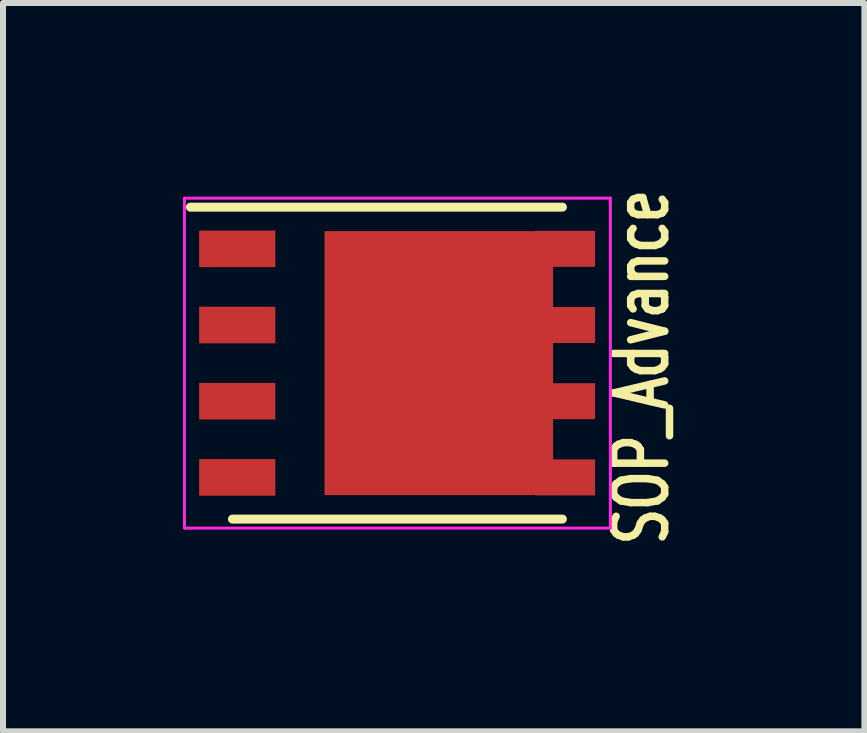
<source format=kicad_pcb>
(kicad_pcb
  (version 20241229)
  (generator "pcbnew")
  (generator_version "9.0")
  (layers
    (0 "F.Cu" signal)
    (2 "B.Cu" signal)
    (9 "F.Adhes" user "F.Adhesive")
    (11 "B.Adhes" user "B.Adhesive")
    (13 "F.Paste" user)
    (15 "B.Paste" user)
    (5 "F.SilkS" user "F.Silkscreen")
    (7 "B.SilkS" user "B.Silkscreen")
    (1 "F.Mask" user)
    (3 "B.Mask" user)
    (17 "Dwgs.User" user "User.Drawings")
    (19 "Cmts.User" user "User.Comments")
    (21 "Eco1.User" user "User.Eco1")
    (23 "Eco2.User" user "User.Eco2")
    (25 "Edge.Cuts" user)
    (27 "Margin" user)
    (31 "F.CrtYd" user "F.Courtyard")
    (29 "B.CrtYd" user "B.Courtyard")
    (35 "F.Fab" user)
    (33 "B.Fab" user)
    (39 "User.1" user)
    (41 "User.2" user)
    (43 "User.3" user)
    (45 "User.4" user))
  (footprint "SOP_Advance"
    (layer "F.Cu")
    (at 3.578 3.006)
    (property "Reference" "SOP_Advance" (at 4.065 0.065 270) (layer "F.SilkS") (effects (font (size 0.85 0.6) (thickness 0.125))))
    (attr smd)
    (fp_line (start -3.453 -2.603) (end 2.747 -2.603) (stroke (width 0.15) (type solid)) (layer "F.SilkS"))
    (fp_line (start -2.753 2.597) (end 2.747 2.597) (stroke (width 0.15) (type solid)) (layer "F.SilkS"))
    (fp_line (start -3.553 -2.753) (end -3.553 2.747) (stroke (width 0.05) (type solid)) (layer "F.CrtYd"))
    (fp_line (start -3.553 -2.753) (end 3.547 -2.753) (stroke (width 0.05) (type solid)) (layer "F.CrtYd"))
    (fp_line (start -3.553 2.747) (end 3.547 2.747) (stroke (width 0.05) (type solid)) (layer "F.CrtYd"))
    (fp_line (start 3.547 -2.753) (end 3.547 2.747) (stroke (width 0.05) (type solid)) (layer "F.CrtYd"))
    (pad "1" smd rect (at -2.673 -1.908) (size 1.27 0.61) (layers "F.Cu" "F.Mask" "F.Paste"))
    (pad "2" smd rect (at -2.673 -0.638) (size 1.27 0.61) (layers "F.Cu" "F.Mask" "F.Paste"))
    (pad "3" smd rect (at -2.673 0.632) (size 1.27 0.61) (layers "F.Cu" "F.Mask" "F.Paste"))
    (pad "4" smd rect (at -2.673 1.902) (size 1.27 0.61) (layers "F.Cu" "F.Mask" "F.Paste"))
    (pad "5" smd rect (at 0.687 -0.003) (size 3.81 4.4) (layers "F.Cu" "F.Mask" "F.Paste"))
    (pad "5" smd rect (at 2.792 1.902) (size 1 0.6) (layers "F.Cu" "F.Mask" "F.Paste"))
    (pad "6" smd rect (at 2.792 0.632) (size 1 0.6) (layers "F.Cu" "F.Mask" "F.Paste"))
    (pad "7" smd rect (at 2.792 -0.638) (size 1 0.6) (layers "F.Cu" "F.Mask" "F.Paste"))
    (pad "8" smd rect (at 2.792 -1.908) (size 1 0.6) (layers "F.Cu" "F.Mask" "F.Paste")))
  (gr_rect
    (start -3 -3)
    (end 11.359 9.141)
    (stroke (width 0.1) (type default))
    (fill no)
    (layer "Edge.Cuts")))
</source>
